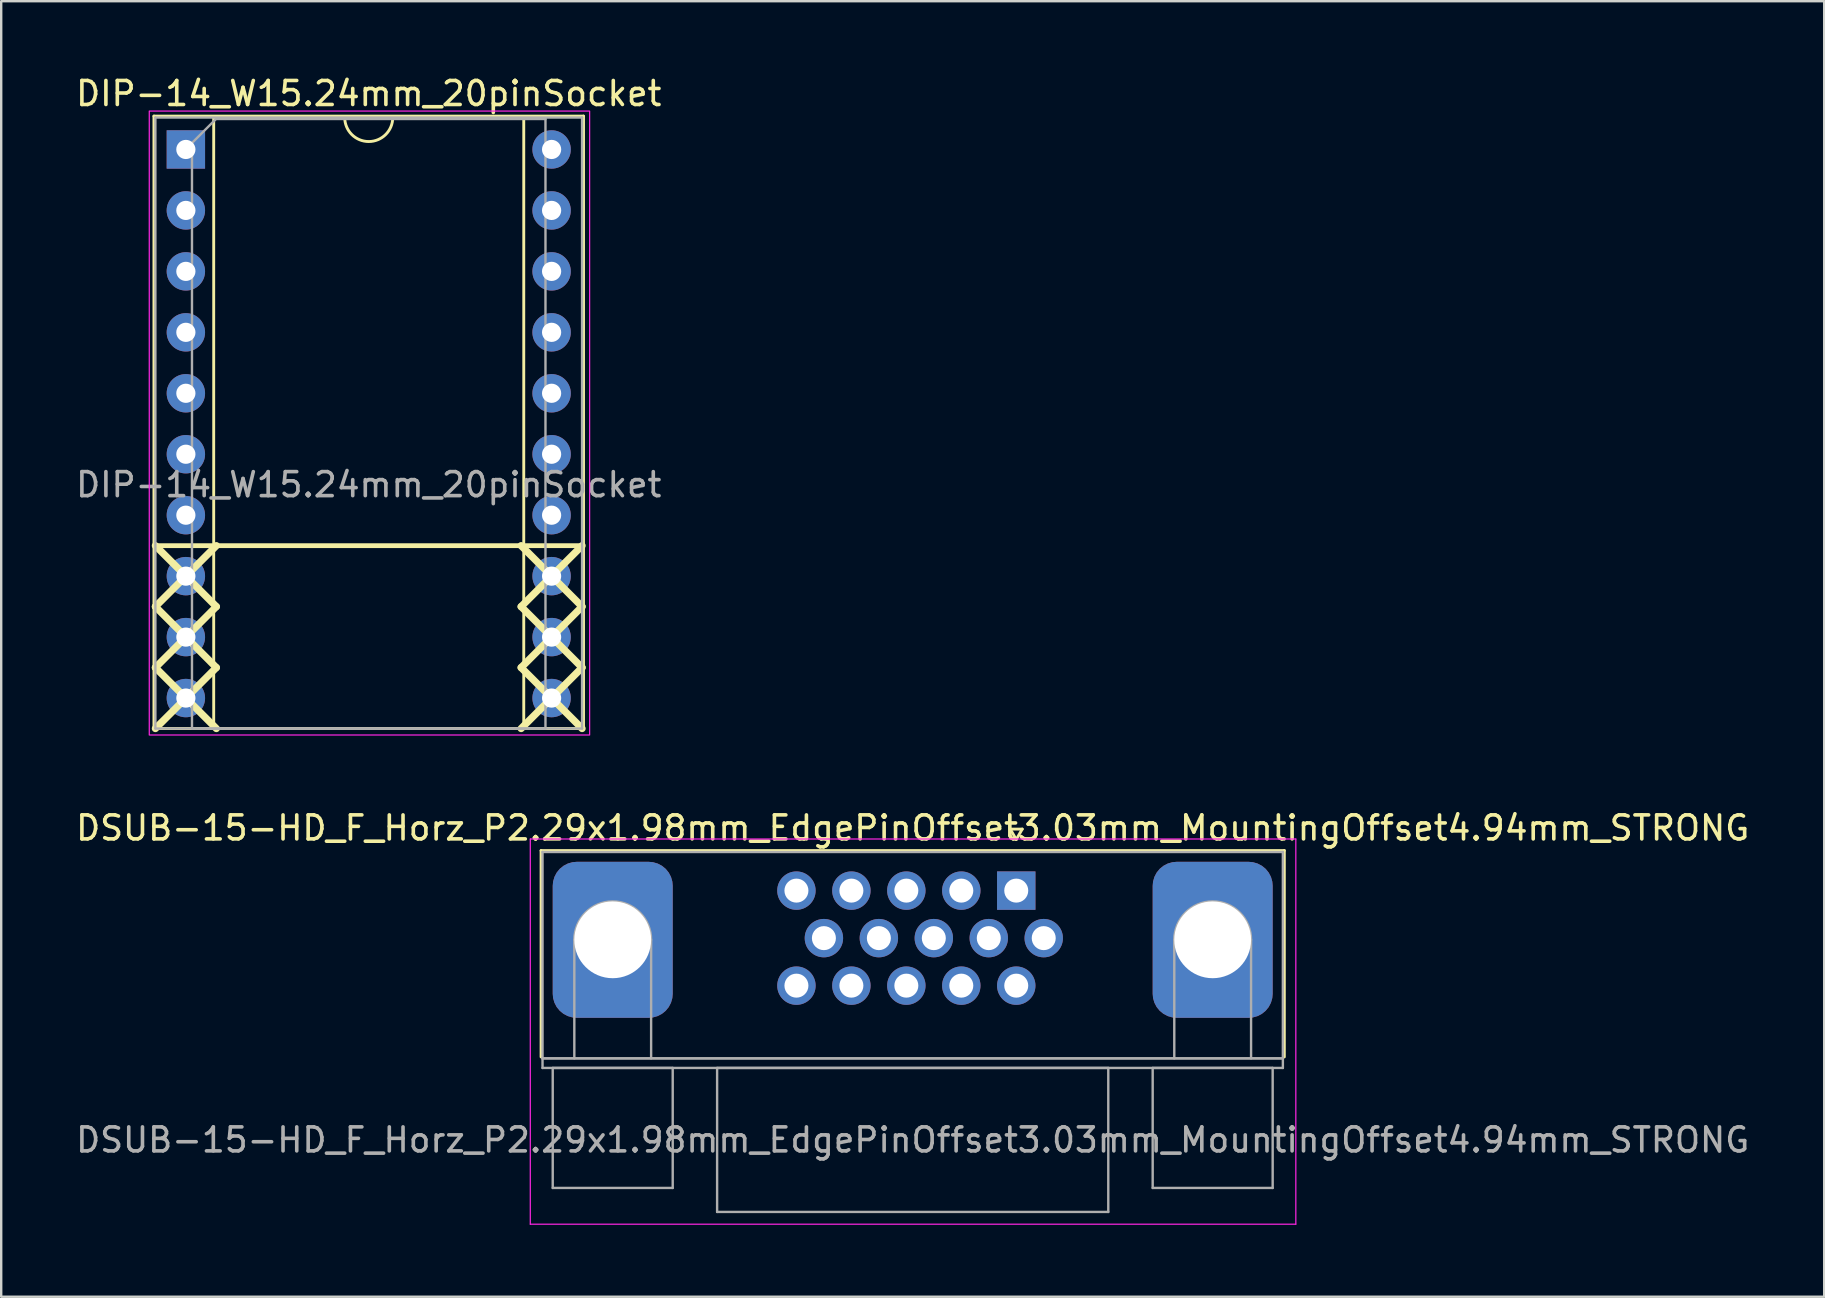
<source format=kicad_pcb>
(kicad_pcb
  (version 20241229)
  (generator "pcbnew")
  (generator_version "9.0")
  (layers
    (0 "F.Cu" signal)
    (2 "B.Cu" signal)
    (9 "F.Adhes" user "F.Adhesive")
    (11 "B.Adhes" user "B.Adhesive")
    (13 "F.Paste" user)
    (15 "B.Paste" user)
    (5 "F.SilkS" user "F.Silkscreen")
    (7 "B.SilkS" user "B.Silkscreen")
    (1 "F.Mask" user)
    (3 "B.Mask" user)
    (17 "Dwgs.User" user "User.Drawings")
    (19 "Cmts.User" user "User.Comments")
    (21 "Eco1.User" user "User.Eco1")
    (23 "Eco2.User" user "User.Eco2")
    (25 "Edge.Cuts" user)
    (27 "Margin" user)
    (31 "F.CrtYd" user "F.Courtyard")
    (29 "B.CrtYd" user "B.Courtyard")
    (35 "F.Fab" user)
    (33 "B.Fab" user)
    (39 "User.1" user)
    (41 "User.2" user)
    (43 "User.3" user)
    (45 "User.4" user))
  (footprint "DSUB-15-HD_F_Horz_P2.29x1.98mm_EdgePinOffset3.03mm_MountingOffset4.94mm_STRONG"
    (layer "F.Cu")
    (at 39.297 34.062)
    (property "Reference" "DSUB-15-HD_F_Horz_P2.29x1.98mm_EdgePinOffset3.03mm_MountingOffset4.94mm_STRONG" (at -4.315 -2.61 0) (layer "F.SilkS") (effects (font (size 1 1) (thickness 0.15))))
    (attr through_hole)
    (fp_line (start -19.8 -1.67) (end 11.17 -1.67) (stroke (width 0.12) (type solid)) (layer "F.SilkS"))
    (fp_line (start -19.8 6.93) (end -19.8 -1.67) (stroke (width 0.12) (type solid)) (layer "F.SilkS"))
    (fp_line (start -0.25 -2.564) (end 0.25 -2.564) (stroke (width 0.12) (type solid)) (layer "F.SilkS"))
    (fp_line (start 0 -2.131) (end -0.25 -2.564) (stroke (width 0.12) (type solid)) (layer "F.SilkS"))
    (fp_line (start 0.25 -2.564) (end 0 -2.131) (stroke (width 0.12) (type solid)) (layer "F.SilkS"))
    (fp_line (start 11.17 -1.67) (end 11.17 6.93) (stroke (width 0.12) (type solid)) (layer "F.SilkS"))
    (fp_line (start -20.25 -2.15) (end -20.25 13.9) (stroke (width 0.05) (type solid)) (layer "F.CrtYd"))
    (fp_line (start -20.25 13.9) (end 11.65 13.9) (stroke (width 0.05) (type solid)) (layer "F.CrtYd"))
    (fp_line (start 11.65 -2.15) (end -20.25 -2.15) (stroke (width 0.05) (type solid)) (layer "F.CrtYd"))
    (fp_line (start 11.65 13.9) (end 11.65 -2.15) (stroke (width 0.05) (type solid)) (layer "F.CrtYd"))
    (fp_line (start -19.74 -1.61) (end -19.74 6.99) (stroke (width 0.1) (type solid)) (layer "F.Fab"))
    (fp_line (start -19.74 6.99) (end -19.74 7.39) (stroke (width 0.1) (type solid)) (layer "F.Fab"))
    (fp_line (start -19.74 6.99) (end 11.11 6.99) (stroke (width 0.1) (type solid)) (layer "F.Fab"))
    (fp_line (start -19.74 7.39) (end 11.11 7.39) (stroke (width 0.1) (type solid)) (layer "F.Fab"))
    (fp_line (start -19.315 7.39) (end -19.315 12.39) (stroke (width 0.1) (type solid)) (layer "F.Fab"))
    (fp_line (start -19.315 12.39) (end -14.315 12.39) (stroke (width 0.1) (type solid)) (layer "F.Fab"))
    (fp_line (start -18.415 6.99) (end -18.415 2.05) (stroke (width 0.1) (type solid)) (layer "F.Fab"))
    (fp_line (start -15.215 6.99) (end -15.215 2.05) (stroke (width 0.1) (type solid)) (layer "F.Fab"))
    (fp_line (start -14.315 7.39) (end -19.315 7.39) (stroke (width 0.1) (type solid)) (layer "F.Fab"))
    (fp_line (start -14.315 12.39) (end -14.315 7.39) (stroke (width 0.1) (type solid)) (layer "F.Fab"))
    (fp_line (start -12.465 7.39) (end -12.465 13.39) (stroke (width 0.1) (type solid)) (layer "F.Fab"))
    (fp_line (start -12.465 13.39) (end 3.835 13.39) (stroke (width 0.1) (type solid)) (layer "F.Fab"))
    (fp_line (start 3.835 7.39) (end -12.465 7.39) (stroke (width 0.1) (type solid)) (layer "F.Fab"))
    (fp_line (start 3.835 13.39) (end 3.835 7.39) (stroke (width 0.1) (type solid)) (layer "F.Fab"))
    (fp_line (start 5.685 7.39) (end 5.685 12.39) (stroke (width 0.1) (type solid)) (layer "F.Fab"))
    (fp_line (start 5.685 12.39) (end 10.685 12.39) (stroke (width 0.1) (type solid)) (layer "F.Fab"))
    (fp_line (start 6.585 6.99) (end 6.585 2.05) (stroke (width 0.1) (type solid)) (layer "F.Fab"))
    (fp_line (start 9.785 6.99) (end 9.785 2.05) (stroke (width 0.1) (type solid)) (layer "F.Fab"))
    (fp_line (start 10.685 7.39) (end 5.685 7.39) (stroke (width 0.1) (type solid)) (layer "F.Fab"))
    (fp_line (start 10.685 12.39) (end 10.685 7.39) (stroke (width 0.1) (type solid)) (layer "F.Fab"))
    (fp_line (start 11.11 -1.61) (end -19.74 -1.61) (stroke (width 0.1) (type solid)) (layer "F.Fab"))
    (fp_line (start 11.11 6.99) (end -19.74 6.99) (stroke (width 0.1) (type solid)) (layer "F.Fab"))
    (fp_line (start 11.11 6.99) (end 11.11 -1.61) (stroke (width 0.1) (type solid)) (layer "F.Fab"))
    (fp_line (start 11.11 7.39) (end 11.11 6.99) (stroke (width 0.1) (type solid)) (layer "F.Fab"))
    (fp_arc (start -18.415 2.05) (mid -16.815 0.45) (end -15.215 2.05) (stroke (width 0.1) (type solid)) (layer "F.Fab"))
    (fp_arc (start 6.585 2.05) (mid 8.185 0.45) (end 9.785 2.05) (stroke (width 0.1) (type solid)) (layer "F.Fab"))
    (fp_text user "${REFERENCE}" (at -4.315 10.39 0) (layer "F.Fab") (effects (font (size 1 1) (thickness 0.15))))
    (pad "0" thru_hole roundrect (at -16.815 2.05) (size 5 6.5) (drill 3.2) (layers "*.Cu" "*.Mask") (roundrect_rratio 0.2))
    (pad "0" thru_hole roundrect (at 8.185 2.05) (size 5 6.5) (drill 3.2) (layers "*.Cu" "*.Mask") (roundrect_rratio 0.2))
    (pad "1" thru_hole rect (at 0 0) (size 1.6 1.6) (drill 1) (layers "*.Cu" "*.Mask"))
    (pad "2" thru_hole circle (at -2.29 0) (size 1.6 1.6) (drill 1) (layers "*.Cu" "*.Mask"))
    (pad "3" thru_hole circle (at -4.58 0) (size 1.6 1.6) (drill 1) (layers "*.Cu" "*.Mask"))
    (pad "4" thru_hole circle (at -6.87 0) (size 1.6 1.6) (drill 1) (layers "*.Cu" "*.Mask"))
    (pad "5" thru_hole circle (at -9.16 0) (size 1.6 1.6) (drill 1) (layers "*.Cu" "*.Mask"))
    (pad "6" thru_hole circle (at 1.145 1.98) (size 1.6 1.6) (drill 1) (layers "*.Cu" "*.Mask"))
    (pad "7" thru_hole circle (at -1.145 1.98) (size 1.6 1.6) (drill 1) (layers "*.Cu" "*.Mask"))
    (pad "8" thru_hole circle (at -3.435 1.98) (size 1.6 1.6) (drill 1) (layers "*.Cu" "*.Mask"))
    (pad "9" thru_hole circle (at -5.725 1.98) (size 1.6 1.6) (drill 1) (layers "*.Cu" "*.Mask"))
    (pad "10" thru_hole circle (at -8.015 1.98) (size 1.6 1.6) (drill 1) (layers "*.Cu" "*.Mask"))
    (pad "11" thru_hole circle (at 0 3.96) (size 1.6 1.6) (drill 1) (layers "*.Cu" "*.Mask"))
    (pad "12" thru_hole circle (at -2.29 3.96) (size 1.6 1.6) (drill 1) (layers "*.Cu" "*.Mask"))
    (pad "13" thru_hole circle (at -4.58 3.96) (size 1.6 1.6) (drill 1) (layers "*.Cu" "*.Mask"))
    (pad "14" thru_hole circle (at -6.87 3.96) (size 1.6 1.6) (drill 1) (layers "*.Cu" "*.Mask"))
    (pad "15" thru_hole circle (at -9.16 3.96) (size 1.6 1.6) (drill 1) (layers "*.Cu" "*.Mask")))
  (footprint "DIP-14_W15.24mm_20pinSocket"
    (layer "F.Cu")
    (at 4.695 3.178)
    (property "Reference" "DIP-14_W15.24mm_20pinSocket" (at 7.62 -2.33 0) (layer "F.SilkS") (effects (font (size 1 1) (thickness 0.15))))
    (attr through_hole)
    (fp_line (start -1.33 -1.39) (end -1.33 24.13) (stroke (width 0.12) (type solid)) (layer "F.SilkS"))
    (fp_line (start -1.33 24.13) (end 16.57 24.13) (stroke (width 0.12) (type solid)) (layer "F.SilkS"))
    (fp_line (start -1.27 16.51) (end 16.51 16.51) (stroke (width 0.2) (type default)) (layer "F.SilkS"))
    (fp_line (start -1.27 19.05) (end 1.27 16.51) (stroke (width 0.3) (type default)) (layer "F.SilkS"))
    (fp_line (start -1.27 21.59) (end 1.27 19.05) (stroke (width 0.3) (type default)) (layer "F.SilkS"))
    (fp_line (start -1.27 24.13) (end 1.27 21.59) (stroke (width 0.3) (type default)) (layer "F.SilkS"))
    (fp_line (start 1.16 -1.33) (end 1.16 24.13) (stroke (width 0.12) (type solid)) (layer "F.SilkS"))
    (fp_line (start 1.16 24.13) (end 14.08 24.13) (stroke (width 0.12) (type solid)) (layer "F.SilkS"))
    (fp_line (start 1.27 16.51) (end -1.27 16.51) (stroke (width 0.1) (type default)) (layer "F.SilkS"))
    (fp_line (start 1.27 19.05) (end -1.27 16.51) (stroke (width 0.3) (type default)) (layer "F.SilkS"))
    (fp_line (start 1.27 21.59) (end -1.27 19.05) (stroke (width 0.3) (type default)) (layer "F.SilkS"))
    (fp_line (start 1.27 24.13) (end -1.27 21.59) (stroke (width 0.3) (type default)) (layer "F.SilkS"))
    (fp_line (start 6.62 -1.33) (end 1.16 -1.33) (stroke (width 0.12) (type solid)) (layer "F.SilkS"))
    (fp_line (start 13.97 19.05) (end 16.51 16.51) (stroke (width 0.3) (type default)) (layer "F.SilkS"))
    (fp_line (start 13.97 21.59) (end 16.51 19.05) (stroke (width 0.3) (type default)) (layer "F.SilkS"))
    (fp_line (start 13.97 24.13) (end 16.51 21.59) (stroke (width 0.3) (type default)) (layer "F.SilkS"))
    (fp_line (start 14.08 -1.33) (end 8.62 -1.33) (stroke (width 0.12) (type solid)) (layer "F.SilkS"))
    (fp_line (start 14.08 24.13) (end 14.08 -1.33) (stroke (width 0.12) (type solid)) (layer "F.SilkS"))
    (fp_line (start 16.51 19.05) (end 13.97 16.51) (stroke (width 0.3) (type default)) (layer "F.SilkS"))
    (fp_line (start 16.51 21.59) (end 13.97 19.05) (stroke (width 0.3) (type default)) (layer "F.SilkS"))
    (fp_line (start 16.51 24.13) (end 13.97 21.59) (stroke (width 0.3) (type default)) (layer "F.SilkS"))
    (fp_line (start 16.57 -1.39) (end -1.33 -1.39) (stroke (width 0.12) (type solid)) (layer "F.SilkS"))
    (fp_line (start 16.57 24.13) (end 16.57 -1.39) (stroke (width 0.12) (type solid)) (layer "F.SilkS"))
    (fp_arc (start 8.62 -1.33) (mid 7.62 -0.33) (end 6.62 -1.33) (stroke (width 0.12) (type solid)) (layer "F.SilkS"))
    (fp_rect (start -1.525 -1.6) (end 16.825 24.4) (stroke (width 0.05) (type default)) (fill no) (layer "F.CrtYd"))
    (fp_line (start -1.27 -1.33) (end -1.27 24.13) (stroke (width 0.1) (type solid)) (layer "F.Fab"))
    (fp_line (start -1.27 24.13) (end 16.51 24.13) (stroke (width 0.1) (type solid)) (layer "F.Fab"))
    (fp_line (start 0.255 -0.27) (end 1.255 -1.27) (stroke (width 0.1) (type solid)) (layer "F.Fab"))
    (fp_line (start 0.255 24.13) (end 0.255 -0.27) (stroke (width 0.1) (type solid)) (layer "F.Fab"))
    (fp_line (start 1.255 -1.27) (end 14.985 -1.27) (stroke (width 0.1) (type solid)) (layer "F.Fab"))
    (fp_line (start 14.985 -1.27) (end 14.985 24.13) (stroke (width 0.1) (type solid)) (layer "F.Fab"))
    (fp_line (start 14.985 24.13) (end 0.255 24.13) (stroke (width 0.1) (type solid)) (layer "F.Fab"))
    (fp_line (start 16.51 -1.33) (end -1.27 -1.33) (stroke (width 0.1) (type solid)) (layer "F.Fab"))
    (fp_line (start 16.51 24.13) (end 16.51 -1.33) (stroke (width 0.1) (type solid)) (layer "F.Fab"))
    (fp_text user "${REFERENCE}" (at 7.62 13.97 0) (layer "F.Fab") (effects (font (size 1 1) (thickness 0.15))))
    (pad "" thru_hole oval (at 0 17.78) (size 1.6 1.6) (drill 0.8) (layers "*.Cu" "*.Mask"))
    (pad "" thru_hole oval (at 0 20.32) (size 1.6 1.6) (drill 0.8) (layers "*.Cu" "*.Mask"))
    (pad "" thru_hole oval (at 0 22.86) (size 1.6 1.6) (drill 0.8) (layers "*.Cu" "*.Mask"))
    (pad "" thru_hole oval (at 15.24 17.78) (size 1.6 1.6) (drill 0.8) (layers "*.Cu" "*.Mask"))
    (pad "" thru_hole oval (at 15.24 20.32) (size 1.6 1.6) (drill 0.8) (layers "*.Cu" "*.Mask"))
    (pad "" thru_hole oval (at 15.24 22.86) (size 1.6 1.6) (drill 0.8) (layers "*.Cu" "*.Mask"))
    (pad "1" thru_hole rect (at 0 0) (size 1.6 1.6) (drill 0.8) (layers "*.Cu" "*.Mask"))
    (pad "2" thru_hole oval (at 0 2.54) (size 1.6 1.6) (drill 0.8) (layers "*.Cu" "*.Mask"))
    (pad "3" thru_hole oval (at 0 5.08) (size 1.6 1.6) (drill 0.8) (layers "*.Cu" "*.Mask"))
    (pad "4" thru_hole oval (at 0 7.62) (size 1.6 1.6) (drill 0.8) (layers "*.Cu" "*.Mask"))
    (pad "5" thru_hole oval (at 0 10.16) (size 1.6 1.6) (drill 0.8) (layers "*.Cu" "*.Mask"))
    (pad "6" thru_hole oval (at 0 12.7) (size 1.6 1.6) (drill 0.8) (layers "*.Cu" "*.Mask"))
    (pad "7" thru_hole oval (at 0 15.24) (size 1.6 1.6) (drill 0.8) (layers "*.Cu" "*.Mask"))
    (pad "8" thru_hole oval (at 15.24 15.24) (size 1.6 1.6) (drill 0.8) (layers "*.Cu" "*.Mask"))
    (pad "9" thru_hole oval (at 15.24 12.7) (size 1.6 1.6) (drill 0.8) (layers "*.Cu" "*.Mask"))
    (pad "10" thru_hole oval (at 15.24 10.16) (size 1.6 1.6) (drill 0.8) (layers "*.Cu" "*.Mask"))
    (pad "11" thru_hole oval (at 15.24 7.62) (size 1.6 1.6) (drill 0.8) (layers "*.Cu" "*.Mask"))
    (pad "12" thru_hole oval (at 15.24 5.08) (size 1.6 1.6) (drill 0.8) (layers "*.Cu" "*.Mask"))
    (pad "13" thru_hole oval (at 15.24 2.54) (size 1.6 1.6) (drill 0.8) (layers "*.Cu" "*.Mask"))
    (pad "14" thru_hole oval (at 15.24 0) (size 1.6 1.6) (drill 0.8) (layers "*.Cu" "*.Mask")))
  (gr_rect
    (start -3 -3)
    (end 72.964 50.986)
    (stroke (width 0.1) (type default))
    (fill no)
    (layer "Edge.Cuts")))
</source>
